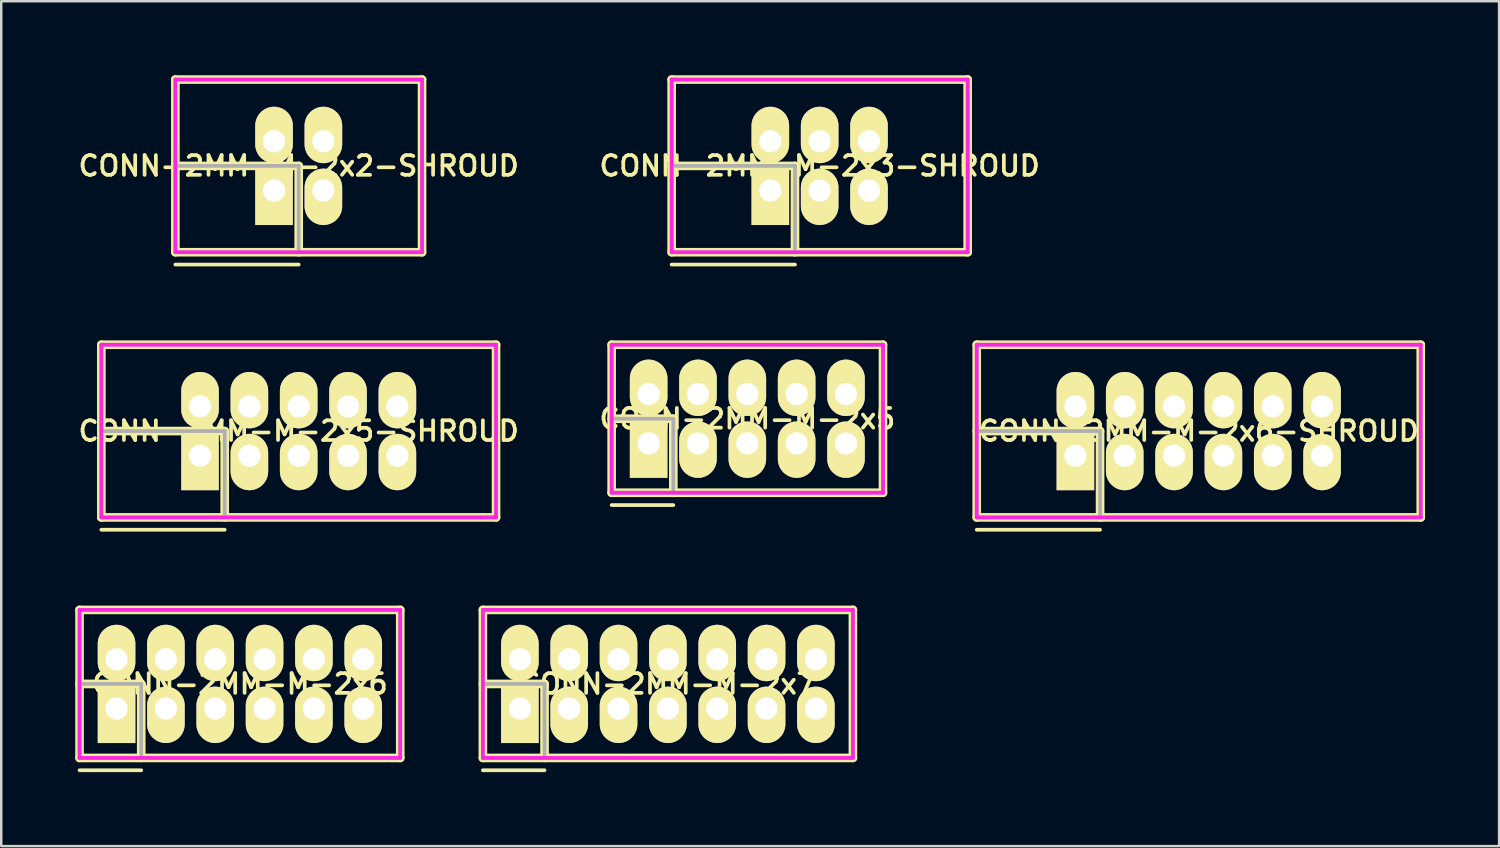
<source format=kicad_pcb>
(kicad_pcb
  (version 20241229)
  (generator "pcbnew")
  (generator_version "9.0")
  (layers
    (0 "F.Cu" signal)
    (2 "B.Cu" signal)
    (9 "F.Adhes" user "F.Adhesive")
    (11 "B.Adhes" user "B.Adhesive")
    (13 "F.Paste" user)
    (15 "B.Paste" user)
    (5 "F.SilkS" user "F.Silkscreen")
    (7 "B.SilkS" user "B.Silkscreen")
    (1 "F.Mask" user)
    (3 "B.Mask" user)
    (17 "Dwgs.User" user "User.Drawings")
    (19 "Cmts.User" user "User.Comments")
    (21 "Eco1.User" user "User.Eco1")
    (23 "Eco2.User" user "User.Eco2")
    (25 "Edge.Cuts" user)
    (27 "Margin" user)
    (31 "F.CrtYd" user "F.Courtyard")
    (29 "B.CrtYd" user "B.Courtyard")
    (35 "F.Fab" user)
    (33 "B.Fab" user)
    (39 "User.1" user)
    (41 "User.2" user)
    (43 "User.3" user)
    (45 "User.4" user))
  (footprint "CONN-2MM-M-2x7"
    (layer "F.Cu")
    (at 24.025 24.675)
    (property "Reference" "CONN-2MM-M-2x7" (at 0 0 0) (layer "F.SilkS") (effects (font (size 0.8 0.8) (thickness 0.15))))
    (attr through_hole)
    (fp_line (start -7.5 -3) (end 7.5 -3) (stroke (width 0.35) (type solid)) (layer "F.SilkS"))
    (fp_line (start -7.5 0) (end -5 0) (stroke (width 0.35) (type solid)) (layer "F.SilkS"))
    (fp_line (start -7.5 3) (end -7.5 -3) (stroke (width 0.35) (type solid)) (layer "F.SilkS"))
    (fp_line (start -7.5 3.5) (end -5 3.5) (stroke (width 0.15) (type solid)) (layer "F.SilkS"))
    (fp_line (start -5 0) (end -5 3) (stroke (width 0.35) (type solid)) (layer "F.SilkS"))
    (fp_line (start 7.5 -3) (end 7.5 3) (stroke (width 0.35) (type solid)) (layer "F.SilkS"))
    (fp_line (start 7.5 3) (end -7.5 3) (stroke (width 0.35) (type solid)) (layer "F.SilkS"))
    (fp_line (start -7.5 -3) (end 7.5 -3) (stroke (width 0.15) (type solid)) (layer "F.CrtYd"))
    (fp_line (start -7.5 3) (end -7.5 -3) (stroke (width 0.15) (type solid)) (layer "F.CrtYd"))
    (fp_line (start 7.5 -3) (end 7.5 3) (stroke (width 0.15) (type solid)) (layer "F.CrtYd"))
    (fp_line (start 7.5 3) (end -7.5 3) (stroke (width 0.15) (type solid)) (layer "F.CrtYd"))
    (fp_line (start -7.5 -3) (end 7.5 -3) (stroke (width 0.15) (type solid)) (layer "F.Fab"))
    (fp_line (start -7.5 0) (end -5 0) (stroke (width 0.15) (type solid)) (layer "F.Fab"))
    (fp_line (start -7.5 3) (end -7.5 -3) (stroke (width 0.15) (type solid)) (layer "F.Fab"))
    (fp_line (start -5 0) (end -5 3) (stroke (width 0.15) (type solid)) (layer "F.Fab"))
    (fp_line (start 7.5 -3) (end 7.5 3) (stroke (width 0.15) (type solid)) (layer "F.Fab"))
    (fp_line (start 7.5 3) (end -7.5 3) (stroke (width 0.15) (type solid)) (layer "F.Fab"))
    (pad "1" thru_hole rect (at -6 1) (size 1.524 2.286) (drill 0.9 (offset 0 0.254)) (layers "*.Cu" "*.Mask" "F.SilkS"))
    (pad "2" thru_hole oval (at -6 -1) (size 1.524 2.286) (drill 0.9 (offset 0 -0.254)) (layers "*.Cu" "*.Mask" "F.SilkS"))
    (pad "3" thru_hole oval (at -4 1) (size 1.524 2.286) (drill 0.9 (offset 0 0.254)) (layers "*.Cu" "*.Mask" "F.SilkS"))
    (pad "4" thru_hole oval (at -4 -1) (size 1.524 2.286) (drill 0.9 (offset 0 -0.254)) (layers "*.Cu" "*.Mask" "F.SilkS"))
    (pad "5" thru_hole oval (at -2 1) (size 1.524 2.286) (drill 0.9 (offset 0 0.254)) (layers "*.Cu" "*.Mask" "F.SilkS"))
    (pad "6" thru_hole oval (at -2 -1) (size 1.524 2.286) (drill 0.9 (offset 0 -0.254)) (layers "*.Cu" "*.Mask" "F.SilkS"))
    (pad "7" thru_hole oval (at 0 1) (size 1.524 2.286) (drill 0.9 (offset 0 0.254)) (layers "*.Cu" "*.Mask" "F.SilkS"))
    (pad "8" thru_hole oval (at 0 -1) (size 1.524 2.286) (drill 0.9 (offset 0 -0.254)) (layers "*.Cu" "*.Mask" "F.SilkS"))
    (pad "9" thru_hole oval (at 2 1) (size 1.524 2.286) (drill 0.9 (offset 0 0.254)) (layers "*.Cu" "*.Mask" "F.SilkS"))
    (pad "10" thru_hole oval (at 2 -1) (size 1.524 2.286) (drill 0.9 (offset 0 -0.254)) (layers "*.Cu" "*.Mask" "F.SilkS"))
    (pad "11" thru_hole oval (at 4 1) (size 1.524 2.286) (drill 0.9 (offset 0 0.254)) (layers "*.Cu" "*.Mask" "F.SilkS"))
    (pad "12" thru_hole oval (at 4 -1) (size 1.524 2.286) (drill 0.9 (offset 0 -0.254)) (layers "*.Cu" "*.Mask" "F.SilkS"))
    (pad "13" thru_hole oval (at 6 1) (size 1.524 2.286) (drill 0.9 (offset 0 0.254)) (layers "*.Cu" "*.Mask" "F.SilkS"))
    (pad "14" thru_hole oval (at 6 -1) (size 1.524 2.286) (drill 0.9 (offset 0 -0.254)) (layers "*.Cu" "*.Mask" "F.SilkS")))
  (footprint "CONN-2MM-M-2x6"
    (layer "F.Cu")
    (at 6.675 24.675)
    (property "Reference" "CONN-2MM-M-2x6" (at 0 0 0) (layer "F.SilkS") (effects (font (size 0.8 0.8) (thickness 0.15))))
    (attr through_hole)
    (fp_line (start -6.5 -3) (end 6.5 -3) (stroke (width 0.35) (type solid)) (layer "F.SilkS"))
    (fp_line (start -6.5 0) (end -4 0) (stroke (width 0.35) (type solid)) (layer "F.SilkS"))
    (fp_line (start -6.5 3) (end -6.5 -3) (stroke (width 0.35) (type solid)) (layer "F.SilkS"))
    (fp_line (start -6.5 3.5) (end -4 3.5) (stroke (width 0.15) (type solid)) (layer "F.SilkS"))
    (fp_line (start -4 0) (end -4 3) (stroke (width 0.35) (type solid)) (layer "F.SilkS"))
    (fp_line (start 6.5 -3) (end 6.5 3) (stroke (width 0.35) (type solid)) (layer "F.SilkS"))
    (fp_line (start 6.5 3) (end -6.5 3) (stroke (width 0.35) (type solid)) (layer "F.SilkS"))
    (fp_line (start -6.5 -3) (end 6.5 -3) (stroke (width 0.15) (type solid)) (layer "F.CrtYd"))
    (fp_line (start -6.5 3) (end -6.5 -3) (stroke (width 0.15) (type solid)) (layer "F.CrtYd"))
    (fp_line (start 6.5 -3) (end 6.5 3) (stroke (width 0.15) (type solid)) (layer "F.CrtYd"))
    (fp_line (start 6.5 3) (end -6.5 3) (stroke (width 0.15) (type solid)) (layer "F.CrtYd"))
    (fp_line (start -6.5 -3) (end 6.5 -3) (stroke (width 0.15) (type solid)) (layer "F.Fab"))
    (fp_line (start -6.5 0) (end -4 0) (stroke (width 0.15) (type solid)) (layer "F.Fab"))
    (fp_line (start -6.5 3) (end -6.5 -3) (stroke (width 0.15) (type solid)) (layer "F.Fab"))
    (fp_line (start -4 0) (end -4 3) (stroke (width 0.15) (type solid)) (layer "F.Fab"))
    (fp_line (start 6.5 -3) (end 6.5 3) (stroke (width 0.15) (type solid)) (layer "F.Fab"))
    (fp_line (start 6.5 3) (end -6.5 3) (stroke (width 0.15) (type solid)) (layer "F.Fab"))
    (pad "1" thru_hole rect (at -5 1) (size 1.524 2.286) (drill 0.9 (offset 0 0.254)) (layers "*.Cu" "*.Mask" "F.SilkS"))
    (pad "2" thru_hole oval (at -5 -1) (size 1.524 2.286) (drill 0.9 (offset 0 -0.254)) (layers "*.Cu" "*.Mask" "F.SilkS"))
    (pad "3" thru_hole oval (at -3 1) (size 1.524 2.286) (drill 0.9 (offset 0 0.254)) (layers "*.Cu" "*.Mask" "F.SilkS"))
    (pad "4" thru_hole oval (at -3 -1) (size 1.524 2.286) (drill 0.9 (offset 0 -0.254)) (layers "*.Cu" "*.Mask" "F.SilkS"))
    (pad "5" thru_hole oval (at -1 1) (size 1.524 2.286) (drill 0.9 (offset 0 0.254)) (layers "*.Cu" "*.Mask" "F.SilkS"))
    (pad "6" thru_hole oval (at -1 -1) (size 1.524 2.286) (drill 0.9 (offset 0 -0.254)) (layers "*.Cu" "*.Mask" "F.SilkS"))
    (pad "7" thru_hole oval (at 1 1) (size 1.524 2.286) (drill 0.9 (offset 0 0.254)) (layers "*.Cu" "*.Mask" "F.SilkS"))
    (pad "8" thru_hole oval (at 1 -1) (size 1.524 2.286) (drill 0.9 (offset 0 -0.254)) (layers "*.Cu" "*.Mask" "F.SilkS"))
    (pad "9" thru_hole oval (at 3 1) (size 1.524 2.286) (drill 0.9 (offset 0 0.254)) (layers "*.Cu" "*.Mask" "F.SilkS"))
    (pad "10" thru_hole oval (at 3 -1) (size 1.524 2.286) (drill 0.9 (offset 0 -0.254)) (layers "*.Cu" "*.Mask" "F.SilkS"))
    (pad "11" thru_hole oval (at 5 1) (size 1.524 2.286) (drill 0.9 (offset 0 0.254)) (layers "*.Cu" "*.Mask" "F.SilkS"))
    (pad "12" thru_hole oval (at 5 -1) (size 1.524 2.286) (drill 0.9 (offset 0 -0.254)) (layers "*.Cu" "*.Mask" "F.SilkS")))
  (footprint "CONN-2MM-M-2x2-SHROUD"
    (layer "F.Cu")
    (at 9.059 3.675)
    (property "Reference" "CONN-2MM-M-2x2-SHROUD" (at 0 0 0) (layer "F.SilkS") (effects (font (size 0.8 0.8) (thickness 0.15))))
    (attr through_hole)
    (fp_line (start -5 -3.5) (end 5 -3.5) (stroke (width 0.35) (type solid)) (layer "F.SilkS"))
    (fp_line (start -5 0) (end 0 0) (stroke (width 0.35) (type solid)) (layer "F.SilkS"))
    (fp_line (start -5 3.5) (end -5 -3.5) (stroke (width 0.35) (type solid)) (layer "F.SilkS"))
    (fp_line (start -5 4) (end 0 4) (stroke (width 0.15) (type solid)) (layer "F.SilkS"))
    (fp_line (start 0 0) (end 0 3.5) (stroke (width 0.35) (type solid)) (layer "F.SilkS"))
    (fp_line (start 5 -3.5) (end 5 3.5) (stroke (width 0.35) (type solid)) (layer "F.SilkS"))
    (fp_line (start 5 3.5) (end -5 3.5) (stroke (width 0.35) (type solid)) (layer "F.SilkS"))
    (fp_line (start -5 -3.5) (end 5 -3.5) (stroke (width 0.15) (type solid)) (layer "F.CrtYd"))
    (fp_line (start -5 3.5) (end -5 -3.5) (stroke (width 0.15) (type solid)) (layer "F.CrtYd"))
    (fp_line (start 5 -3.5) (end 5 3.5) (stroke (width 0.15) (type solid)) (layer "F.CrtYd"))
    (fp_line (start 5 3.5) (end -5 3.5) (stroke (width 0.15) (type solid)) (layer "F.CrtYd"))
    (fp_line (start -5 -3.5) (end 5 -3.5) (stroke (width 0.15) (type solid)) (layer "F.Fab"))
    (fp_line (start -5 0) (end 0 0) (stroke (width 0.15) (type solid)) (layer "F.Fab"))
    (fp_line (start -5 3.5) (end -5 -3.5) (stroke (width 0.15) (type solid)) (layer "F.Fab"))
    (fp_line (start 0 0) (end 0 3.5) (stroke (width 0.15) (type solid)) (layer "F.Fab"))
    (fp_line (start 5 -3.5) (end 5 3.5) (stroke (width 0.15) (type solid)) (layer "F.Fab"))
    (fp_line (start 5 3.5) (end -5 3.5) (stroke (width 0.15) (type solid)) (layer "F.Fab"))
    (pad "1" thru_hole rect (at -1 1) (size 1.524 2.286) (drill 0.9 (offset 0 0.254)) (layers "*.Cu" "*.Mask" "F.SilkS"))
    (pad "2" thru_hole oval (at -1 -1) (size 1.524 2.286) (drill 0.9 (offset 0 -0.254)) (layers "*.Cu" "*.Mask" "F.SilkS"))
    (pad "3" thru_hole oval (at 1 1) (size 1.524 2.286) (drill 0.9 (offset 0 0.254)) (layers "*.Cu" "*.Mask" "F.SilkS"))
    (pad "4" thru_hole oval (at 1 -1) (size 1.524 2.286) (drill 0.9 (offset 0 -0.254)) (layers "*.Cu" "*.Mask" "F.SilkS")))
  (footprint "CONN-2MM-M-2x3-SHROUD"
    (layer "F.Cu")
    (at 30.178 3.675)
    (property "Reference" "CONN-2MM-M-2x3-SHROUD" (at 0 0 0) (layer "F.SilkS") (effects (font (size 0.8 0.8) (thickness 0.15))))
    (attr through_hole)
    (fp_line (start -6 -3.5) (end 6 -3.5) (stroke (width 0.35) (type solid)) (layer "F.SilkS"))
    (fp_line (start -6 0) (end -1 0) (stroke (width 0.35) (type solid)) (layer "F.SilkS"))
    (fp_line (start -6 3.5) (end -6 -3.5) (stroke (width 0.35) (type solid)) (layer "F.SilkS"))
    (fp_line (start -6 4) (end -1 4) (stroke (width 0.15) (type solid)) (layer "F.SilkS"))
    (fp_line (start -1 0) (end -1 3.5) (stroke (width 0.35) (type solid)) (layer "F.SilkS"))
    (fp_line (start 6 -3.5) (end 6 3.5) (stroke (width 0.35) (type solid)) (layer "F.SilkS"))
    (fp_line (start 6 3.5) (end -6 3.5) (stroke (width 0.35) (type solid)) (layer "F.SilkS"))
    (fp_line (start -6 -3.5) (end 6 -3.5) (stroke (width 0.15) (type solid)) (layer "F.CrtYd"))
    (fp_line (start -6 3.5) (end -6 -3.5) (stroke (width 0.15) (type solid)) (layer "F.CrtYd"))
    (fp_line (start 6 -3.5) (end 6 3.5) (stroke (width 0.15) (type solid)) (layer "F.CrtYd"))
    (fp_line (start 6 3.5) (end -6 3.5) (stroke (width 0.15) (type solid)) (layer "F.CrtYd"))
    (fp_line (start -6 -3.5) (end 6 -3.5) (stroke (width 0.15) (type solid)) (layer "F.Fab"))
    (fp_line (start -6 0) (end -1 0) (stroke (width 0.15) (type solid)) (layer "F.Fab"))
    (fp_line (start -6 3.5) (end -6 -3.5) (stroke (width 0.15) (type solid)) (layer "F.Fab"))
    (fp_line (start -1 0) (end -1 3.5) (stroke (width 0.15) (type solid)) (layer "F.Fab"))
    (fp_line (start 6 -3.5) (end 6 3.5) (stroke (width 0.15) (type solid)) (layer "F.Fab"))
    (fp_line (start 6 3.5) (end -6 3.5) (stroke (width 0.15) (type solid)) (layer "F.Fab"))
    (pad "1" thru_hole rect (at -2 1) (size 1.524 2.286) (drill 0.9 (offset 0 0.254)) (layers "*.Cu" "*.Mask" "F.SilkS"))
    (pad "2" thru_hole oval (at -2 -1) (size 1.524 2.286) (drill 0.9 (offset 0 -0.254)) (layers "*.Cu" "*.Mask" "F.SilkS"))
    (pad "3" thru_hole oval (at 0 1) (size 1.524 2.286) (drill 0.9 (offset 0 0.254)) (layers "*.Cu" "*.Mask" "F.SilkS"))
    (pad "4" thru_hole oval (at 0 -1) (size 1.524 2.286) (drill 0.9 (offset 0 -0.254)) (layers "*.Cu" "*.Mask" "F.SilkS"))
    (pad "5" thru_hole oval (at 2 1) (size 1.524 2.286) (drill 0.9 (offset 0 0.254)) (layers "*.Cu" "*.Mask" "F.SilkS"))
    (pad "6" thru_hole oval (at 2 -1) (size 1.524 2.286) (drill 0.9 (offset 0 -0.254)) (layers "*.Cu" "*.Mask" "F.SilkS")))
  (footprint "CONN-2MM-M-2x5-SHROUD"
    (layer "F.Cu")
    (at 9.059 14.425)
    (property "Reference" "CONN-2MM-M-2x5-SHROUD" (at 0 0 0) (layer "F.SilkS") (effects (font (size 0.8 0.8) (thickness 0.15))))
    (attr through_hole)
    (fp_line (start -8 -3.5) (end 8 -3.5) (stroke (width 0.35) (type solid)) (layer "F.SilkS"))
    (fp_line (start -8 0) (end -3 0) (stroke (width 0.35) (type solid)) (layer "F.SilkS"))
    (fp_line (start -8 3.5) (end -8 -3.5) (stroke (width 0.35) (type solid)) (layer "F.SilkS"))
    (fp_line (start -8 4) (end -3 4) (stroke (width 0.15) (type solid)) (layer "F.SilkS"))
    (fp_line (start -3 0) (end -3 3.5) (stroke (width 0.35) (type solid)) (layer "F.SilkS"))
    (fp_line (start 8 -3.5) (end 8 3.5) (stroke (width 0.35) (type solid)) (layer "F.SilkS"))
    (fp_line (start 8 3.5) (end -8 3.5) (stroke (width 0.35) (type solid)) (layer "F.SilkS"))
    (fp_line (start -8 -3.5) (end 8 -3.5) (stroke (width 0.15) (type solid)) (layer "F.CrtYd"))
    (fp_line (start -8 3.5) (end -8 -3.5) (stroke (width 0.15) (type solid)) (layer "F.CrtYd"))
    (fp_line (start 8 -3.5) (end 8 3.5) (stroke (width 0.15) (type solid)) (layer "F.CrtYd"))
    (fp_line (start 8 3.5) (end -8 3.5) (stroke (width 0.15) (type solid)) (layer "F.CrtYd"))
    (fp_line (start -8 -3.5) (end 8 -3.5) (stroke (width 0.15) (type solid)) (layer "F.Fab"))
    (fp_line (start -8 0) (end -3 0) (stroke (width 0.15) (type solid)) (layer "F.Fab"))
    (fp_line (start -8 3.5) (end -8 -3.5) (stroke (width 0.15) (type solid)) (layer "F.Fab"))
    (fp_line (start -3 0) (end -3 3.5) (stroke (width 0.15) (type solid)) (layer "F.Fab"))
    (fp_line (start 8 -3.5) (end 8 3.5) (stroke (width 0.15) (type solid)) (layer "F.Fab"))
    (fp_line (start 8 3.5) (end -8 3.5) (stroke (width 0.15) (type solid)) (layer "F.Fab"))
    (pad "1" thru_hole rect (at -4 1) (size 1.524 2.286) (drill 0.9 (offset 0 0.254)) (layers "*.Cu" "*.Mask" "F.SilkS"))
    (pad "2" thru_hole oval (at -4 -1) (size 1.524 2.286) (drill 0.9 (offset 0 -0.254)) (layers "*.Cu" "*.Mask" "F.SilkS"))
    (pad "3" thru_hole oval (at -2 1) (size 1.524 2.286) (drill 0.9 (offset 0 0.254)) (layers "*.Cu" "*.Mask" "F.SilkS"))
    (pad "4" thru_hole oval (at -2 -1) (size 1.524 2.286) (drill 0.9 (offset 0 -0.254)) (layers "*.Cu" "*.Mask" "F.SilkS"))
    (pad "5" thru_hole oval (at 0 1) (size 1.524 2.286) (drill 0.9 (offset 0 0.254)) (layers "*.Cu" "*.Mask" "F.SilkS"))
    (pad "6" thru_hole oval (at 0 -1) (size 1.524 2.286) (drill 0.9 (offset 0 -0.254)) (layers "*.Cu" "*.Mask" "F.SilkS"))
    (pad "7" thru_hole oval (at 2 1) (size 1.524 2.286) (drill 0.9 (offset 0 0.254)) (layers "*.Cu" "*.Mask" "F.SilkS"))
    (pad "8" thru_hole oval (at 2 -1) (size 1.524 2.286) (drill 0.9 (offset 0 -0.254)) (layers "*.Cu" "*.Mask" "F.SilkS"))
    (pad "9" thru_hole oval (at 4 1) (size 1.524 2.286) (drill 0.9 (offset 0 0.254)) (layers "*.Cu" "*.Mask" "F.SilkS"))
    (pad "10" thru_hole oval (at 4 -1) (size 1.524 2.286) (drill 0.9 (offset 0 -0.254)) (layers "*.Cu" "*.Mask" "F.SilkS")))
  (footprint "CONN-2MM-M-2x5"
    (layer "F.Cu")
    (at 27.245 13.925)
    (property "Reference" "CONN-2MM-M-2x5" (at 0 0 0) (layer "F.SilkS") (effects (font (size 0.8 0.8) (thickness 0.15))))
    (attr through_hole)
    (fp_line (start -5.5 -3) (end 5.5 -3) (stroke (width 0.35) (type solid)) (layer "F.SilkS"))
    (fp_line (start -5.5 0) (end -3 0) (stroke (width 0.35) (type solid)) (layer "F.SilkS"))
    (fp_line (start -5.5 3) (end -5.5 -3) (stroke (width 0.35) (type solid)) (layer "F.SilkS"))
    (fp_line (start -5.5 3.5) (end -3 3.5) (stroke (width 0.15) (type solid)) (layer "F.SilkS"))
    (fp_line (start -3 0) (end -3 3) (stroke (width 0.35) (type solid)) (layer "F.SilkS"))
    (fp_line (start 5.5 -3) (end 5.5 3) (stroke (width 0.35) (type solid)) (layer "F.SilkS"))
    (fp_line (start 5.5 3) (end -5.5 3) (stroke (width 0.35) (type solid)) (layer "F.SilkS"))
    (fp_line (start -5.5 -3) (end 5.5 -3) (stroke (width 0.15) (type solid)) (layer "F.CrtYd"))
    (fp_line (start -5.5 3) (end -5.5 -3) (stroke (width 0.15) (type solid)) (layer "F.CrtYd"))
    (fp_line (start 5.5 -3) (end 5.5 3) (stroke (width 0.15) (type solid)) (layer "F.CrtYd"))
    (fp_line (start 5.5 3) (end -5.5 3) (stroke (width 0.15) (type solid)) (layer "F.CrtYd"))
    (fp_line (start -5.5 -3) (end 5.5 -3) (stroke (width 0.15) (type solid)) (layer "F.Fab"))
    (fp_line (start -5.5 0) (end -3 0) (stroke (width 0.15) (type solid)) (layer "F.Fab"))
    (fp_line (start -5.5 3) (end -5.5 -3) (stroke (width 0.15) (type solid)) (layer "F.Fab"))
    (fp_line (start -3 0) (end -3 3) (stroke (width 0.15) (type solid)) (layer "F.Fab"))
    (fp_line (start 5.5 -3) (end 5.5 3) (stroke (width 0.15) (type solid)) (layer "F.Fab"))
    (fp_line (start 5.5 3) (end -5.5 3) (stroke (width 0.15) (type solid)) (layer "F.Fab"))
    (pad "1" thru_hole rect (at -4 1) (size 1.524 2.286) (drill 0.9 (offset 0 0.254)) (layers "*.Cu" "*.Mask" "F.SilkS"))
    (pad "2" thru_hole oval (at -4 -1) (size 1.524 2.286) (drill 0.9 (offset 0 -0.254)) (layers "*.Cu" "*.Mask" "F.SilkS"))
    (pad "3" thru_hole oval (at -2 1) (size 1.524 2.286) (drill 0.9 (offset 0 0.254)) (layers "*.Cu" "*.Mask" "F.SilkS"))
    (pad "4" thru_hole oval (at -2 -1) (size 1.524 2.286) (drill 0.9 (offset 0 -0.254)) (layers "*.Cu" "*.Mask" "F.SilkS"))
    (pad "5" thru_hole oval (at 0 1) (size 1.524 2.286) (drill 0.9 (offset 0 0.254)) (layers "*.Cu" "*.Mask" "F.SilkS"))
    (pad "6" thru_hole oval (at 0 -1) (size 1.524 2.286) (drill 0.9 (offset 0 -0.254)) (layers "*.Cu" "*.Mask" "F.SilkS"))
    (pad "7" thru_hole oval (at 2 1) (size 1.524 2.286) (drill 0.9 (offset 0 0.254)) (layers "*.Cu" "*.Mask" "F.SilkS"))
    (pad "8" thru_hole oval (at 2 -1) (size 1.524 2.286) (drill 0.9 (offset 0 -0.254)) (layers "*.Cu" "*.Mask" "F.SilkS"))
    (pad "9" thru_hole oval (at 4 1) (size 1.524 2.286) (drill 0.9 (offset 0 0.254)) (layers "*.Cu" "*.Mask" "F.SilkS"))
    (pad "10" thru_hole oval (at 4 -1) (size 1.524 2.286) (drill 0.9 (offset 0 -0.254)) (layers "*.Cu" "*.Mask" "F.SilkS")))
  (footprint "CONN-2MM-M-2x6-SHROUD"
    (layer "F.Cu")
    (at 45.545 14.425)
    (property "Reference" "CONN-2MM-M-2x6-SHROUD" (at 0 0 0) (layer "F.SilkS") (effects (font (size 0.8 0.8) (thickness 0.15))))
    (attr through_hole)
    (fp_line (start -9 -3.5) (end 9 -3.5) (stroke (width 0.35) (type solid)) (layer "F.SilkS"))
    (fp_line (start -9 0) (end -4 0) (stroke (width 0.35) (type solid)) (layer "F.SilkS"))
    (fp_line (start -9 3.5) (end -9 -3.5) (stroke (width 0.35) (type solid)) (layer "F.SilkS"))
    (fp_line (start -9 4) (end -4 4) (stroke (width 0.15) (type solid)) (layer "F.SilkS"))
    (fp_line (start -4 0) (end -4 3.5) (stroke (width 0.35) (type solid)) (layer "F.SilkS"))
    (fp_line (start 9 -3.5) (end 9 3.5) (stroke (width 0.35) (type solid)) (layer "F.SilkS"))
    (fp_line (start 9 3.5) (end -9 3.5) (stroke (width 0.35) (type solid)) (layer "F.SilkS"))
    (fp_line (start -9 -3.5) (end 9 -3.5) (stroke (width 0.15) (type solid)) (layer "F.CrtYd"))
    (fp_line (start -9 3.5) (end -9 -3.5) (stroke (width 0.15) (type solid)) (layer "F.CrtYd"))
    (fp_line (start 9 -3.5) (end 9 3.5) (stroke (width 0.15) (type solid)) (layer "F.CrtYd"))
    (fp_line (start 9 3.5) (end -9 3.5) (stroke (width 0.15) (type solid)) (layer "F.CrtYd"))
    (fp_line (start -9 -3.5) (end 9 -3.5) (stroke (width 0.15) (type solid)) (layer "F.Fab"))
    (fp_line (start -9 0) (end -4 0) (stroke (width 0.15) (type solid)) (layer "F.Fab"))
    (fp_line (start -9 3.5) (end -9 -3.5) (stroke (width 0.15) (type solid)) (layer "F.Fab"))
    (fp_line (start -4 0) (end -4 3.5) (stroke (width 0.15) (type solid)) (layer "F.Fab"))
    (fp_line (start 9 -3.5) (end 9 3.5) (stroke (width 0.15) (type solid)) (layer "F.Fab"))
    (fp_line (start 9 3.5) (end -9 3.5) (stroke (width 0.15) (type solid)) (layer "F.Fab"))
    (pad "1" thru_hole rect (at -5 1) (size 1.524 2.286) (drill 0.9 (offset 0 0.254)) (layers "*.Cu" "*.Mask" "F.SilkS"))
    (pad "2" thru_hole oval (at -5 -1) (size 1.524 2.286) (drill 0.9 (offset 0 -0.254)) (layers "*.Cu" "*.Mask" "F.SilkS"))
    (pad "3" thru_hole oval (at -3 1) (size 1.524 2.286) (drill 0.9 (offset 0 0.254)) (layers "*.Cu" "*.Mask" "F.SilkS"))
    (pad "4" thru_hole oval (at -3 -1) (size 1.524 2.286) (drill 0.9 (offset 0 -0.254)) (layers "*.Cu" "*.Mask" "F.SilkS"))
    (pad "5" thru_hole oval (at -1 1) (size 1.524 2.286) (drill 0.9 (offset 0 0.254)) (layers "*.Cu" "*.Mask" "F.SilkS"))
    (pad "6" thru_hole oval (at -1 -1) (size 1.524 2.286) (drill 0.9 (offset 0 -0.254)) (layers "*.Cu" "*.Mask" "F.SilkS"))
    (pad "7" thru_hole oval (at 1 1) (size 1.524 2.286) (drill 0.9 (offset 0 0.254)) (layers "*.Cu" "*.Mask" "F.SilkS"))
    (pad "8" thru_hole oval (at 1 -1) (size 1.524 2.286) (drill 0.9 (offset 0 -0.254)) (layers "*.Cu" "*.Mask" "F.SilkS"))
    (pad "9" thru_hole oval (at 3 1) (size 1.524 2.286) (drill 0.9 (offset 0 0.254)) (layers "*.Cu" "*.Mask" "F.SilkS"))
    (pad "10" thru_hole oval (at 3 -1) (size 1.524 2.286) (drill 0.9 (offset 0 -0.254)) (layers "*.Cu" "*.Mask" "F.SilkS"))
    (pad "11" thru_hole oval (at 5 1) (size 1.524 2.286) (drill 0.9 (offset 0 0.254)) (layers "*.Cu" "*.Mask" "F.SilkS"))
    (pad "12" thru_hole oval (at 5 -1) (size 1.524 2.286) (drill 0.9 (offset 0 -0.254)) (layers "*.Cu" "*.Mask" "F.SilkS")))
  (gr_rect
    (start -3 -3)
    (end 57.72 31.25)
    (stroke (width 0.1) (type default))
    (fill no)
    (layer "Edge.Cuts")))
</source>
